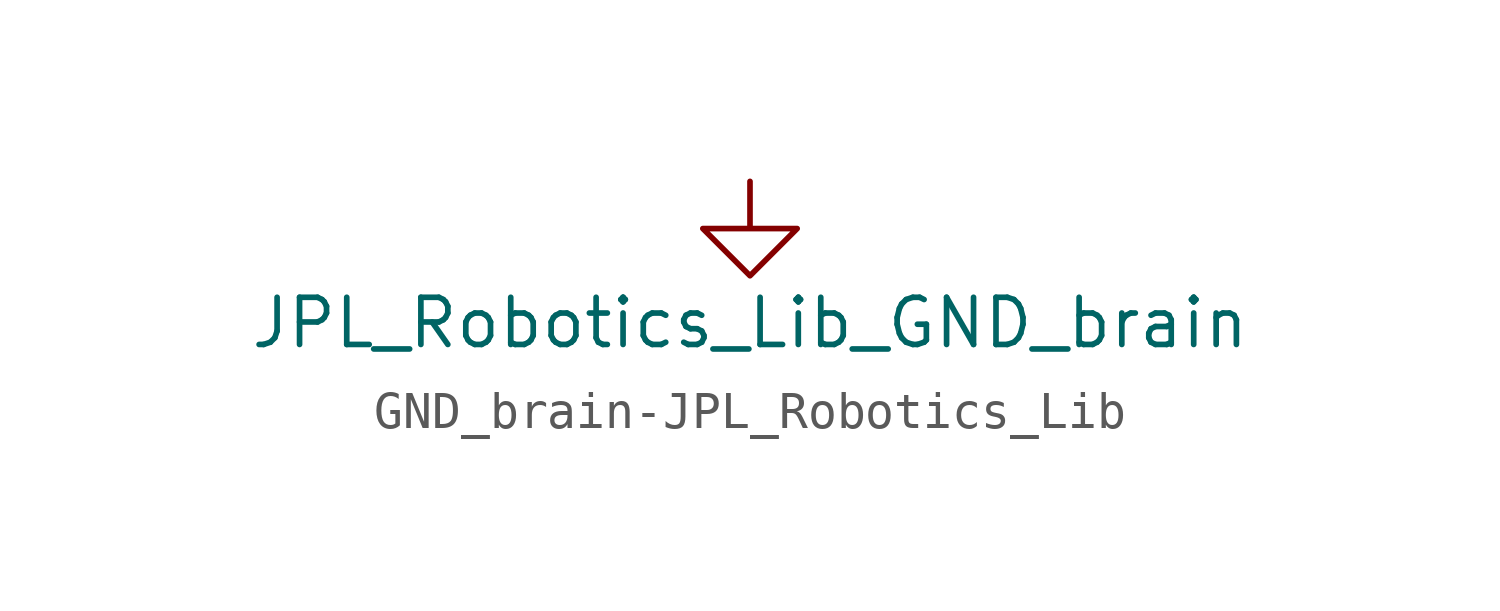
<source format=kicad_sym>
(kicad_symbol_lib
  (version 20231120)
  (generator "kicad_symbol_editor")
  (generator_version "8.0")
  (symbol "GND_brain-JPL_Robotics_Lib"
    (power)
    (pin_names
      (offset 0))
    (property "Reference" "#PWR"
      (at 0 -6.35 0)
      (effects (font (size 1.27 1.27)) (hide yes)))
    (property "Value" "JPL_Robotics_Lib_GND_brain"
      (at 0 -3.81 0)
      (effects (font (size 1.27 1.27))))
    (symbol "GND_brain-JPL_Robotics_Lib_0_1"
      (polyline (pts (xy 0 0) (xy 0 -1.27) (xy 1.27 -1.27) (xy 0 -2.54) (xy -1.27 -1.27) (xy 0 -1.27)) (stroke (width 0) (type solid)) (fill (type none))))
    (symbol "GND_brain-JPL_Robotics_Lib_1_1"
      (pin power_in line (at 0 0 270) (length 0) hide (name "GND_brain" (effects (font (size 1.27 1.27)))) (number "1" (effects (font (size 1.27 1.27))))))))
</source>
